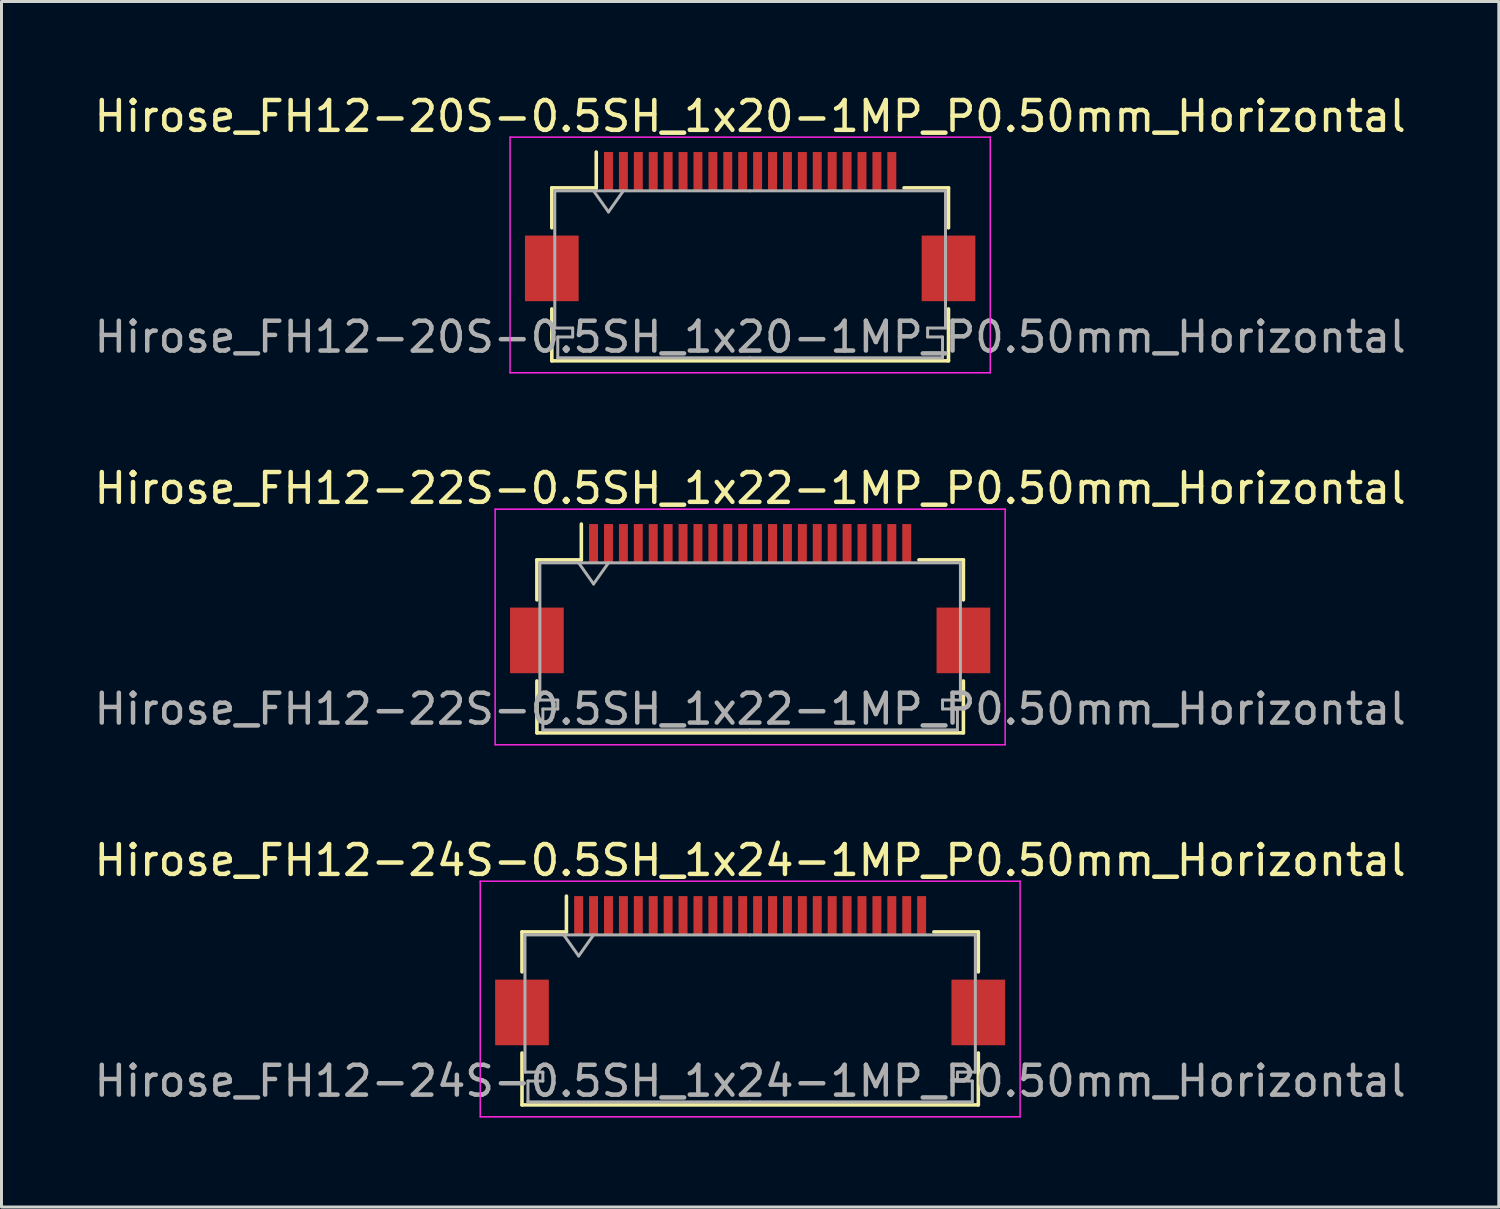
<source format=kicad_pcb>
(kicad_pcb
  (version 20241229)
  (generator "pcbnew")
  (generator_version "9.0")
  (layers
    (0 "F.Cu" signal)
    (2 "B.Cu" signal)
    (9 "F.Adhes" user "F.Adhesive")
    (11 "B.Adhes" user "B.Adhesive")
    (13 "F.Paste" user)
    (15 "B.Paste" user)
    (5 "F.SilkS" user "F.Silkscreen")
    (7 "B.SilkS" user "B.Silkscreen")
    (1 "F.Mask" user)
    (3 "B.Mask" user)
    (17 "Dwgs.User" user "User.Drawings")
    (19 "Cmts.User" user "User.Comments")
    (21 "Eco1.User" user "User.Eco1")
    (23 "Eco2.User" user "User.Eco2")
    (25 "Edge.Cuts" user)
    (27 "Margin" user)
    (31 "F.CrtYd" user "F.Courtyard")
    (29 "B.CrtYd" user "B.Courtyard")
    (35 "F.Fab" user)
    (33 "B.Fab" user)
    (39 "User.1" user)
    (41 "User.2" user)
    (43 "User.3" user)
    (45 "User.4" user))
  (footprint "Hirose_FH12-24S-0.5SH_1x24-1MP_P0.50mm_Horizontal"
    (layer "F.Cu")
    (at 22.101 29.495)
    (property "Reference" "Hirose_FH12-24S-0.5SH_1x24-1MP_P0.50mm_Horizontal" (at 0 -3.7 0) (layer "F.SilkS") (effects (font (size 1 1) (thickness 0.15))))
    (attr smd)
    (fp_line (start -7.65 -1.3) (end -7.65 0.04) (stroke (width 0.12) (type solid)) (layer "F.SilkS"))
    (fp_line (start -7.65 2.76) (end -7.65 4.5) (stroke (width 0.12) (type solid)) (layer "F.SilkS"))
    (fp_line (start -7.65 4.5) (end 7.65 4.5) (stroke (width 0.12) (type solid)) (layer "F.SilkS"))
    (fp_line (start -6.16 -1.3) (end -7.65 -1.3) (stroke (width 0.12) (type solid)) (layer "F.SilkS"))
    (fp_line (start -6.16 -1.3) (end -6.16 -2.5) (stroke (width 0.12) (type solid)) (layer "F.SilkS"))
    (fp_line (start 6.16 -1.3) (end 7.65 -1.3) (stroke (width 0.12) (type solid)) (layer "F.SilkS"))
    (fp_line (start 7.65 -1.3) (end 7.65 0.04) (stroke (width 0.12) (type solid)) (layer "F.SilkS"))
    (fp_line (start 7.65 4.5) (end 7.65 2.76) (stroke (width 0.12) (type solid)) (layer "F.SilkS"))
    (fp_line (start -9.05 -3) (end -9.05 4.9) (stroke (width 0.05) (type solid)) (layer "F.CrtYd"))
    (fp_line (start -9.05 4.9) (end 9.05 4.9) (stroke (width 0.05) (type solid)) (layer "F.CrtYd"))
    (fp_line (start 9.05 -3) (end -9.05 -3) (stroke (width 0.05) (type solid)) (layer "F.CrtYd"))
    (fp_line (start 9.05 4.9) (end 9.05 -3) (stroke (width 0.05) (type solid)) (layer "F.CrtYd"))
    (fp_line (start -7.55 -1.2) (end -7.55 3.4) (stroke (width 0.1) (type solid)) (layer "F.Fab"))
    (fp_line (start -7.55 3.4) (end -6.95 3.4) (stroke (width 0.1) (type solid)) (layer "F.Fab"))
    (fp_line (start -7.45 3.7) (end -7.45 4.4) (stroke (width 0.1) (type solid)) (layer "F.Fab"))
    (fp_line (start -7.45 4.4) (end 0 4.4) (stroke (width 0.1) (type solid)) (layer "F.Fab"))
    (fp_line (start -6.95 3.4) (end -6.95 3.7) (stroke (width 0.1) (type solid)) (layer "F.Fab"))
    (fp_line (start -6.95 3.7) (end -7.45 3.7) (stroke (width 0.1) (type solid)) (layer "F.Fab"))
    (fp_line (start -6.25 -1.2) (end -5.75 -0.493) (stroke (width 0.1) (type solid)) (layer "F.Fab"))
    (fp_line (start -5.75 -0.493) (end -5.25 -1.2) (stroke (width 0.1) (type solid)) (layer "F.Fab"))
    (fp_line (start 0 -1.2) (end -7.55 -1.2) (stroke (width 0.1) (type solid)) (layer "F.Fab"))
    (fp_line (start 0 -1.2) (end 7.55 -1.2) (stroke (width 0.1) (type solid)) (layer "F.Fab"))
    (fp_line (start 6.95 3.4) (end 6.95 3.7) (stroke (width 0.1) (type solid)) (layer "F.Fab"))
    (fp_line (start 6.95 3.7) (end 7.45 3.7) (stroke (width 0.1) (type solid)) (layer "F.Fab"))
    (fp_line (start 7.45 3.7) (end 7.45 4.4) (stroke (width 0.1) (type solid)) (layer "F.Fab"))
    (fp_line (start 7.45 4.4) (end 0 4.4) (stroke (width 0.1) (type solid)) (layer "F.Fab"))
    (fp_line (start 7.55 -1.2) (end 7.55 3.4) (stroke (width 0.1) (type solid)) (layer "F.Fab"))
    (fp_line (start 7.55 3.4) (end 6.95 3.4) (stroke (width 0.1) (type solid)) (layer "F.Fab"))
    (fp_text user "${REFERENCE}" (at 0 3.7 0) (layer "F.Fab") (effects (font (size 1 1) (thickness 0.15))))
    (pad "1" smd rect (at -5.75 -1.85) (size 0.3 1.3) (layers "F.Cu" "F.Mask" "F.Paste"))
    (pad "2" smd rect (at -5.25 -1.85) (size 0.3 1.3) (layers "F.Cu" "F.Mask" "F.Paste"))
    (pad "3" smd rect (at -4.75 -1.85) (size 0.3 1.3) (layers "F.Cu" "F.Mask" "F.Paste"))
    (pad "4" smd rect (at -4.25 -1.85) (size 0.3 1.3) (layers "F.Cu" "F.Mask" "F.Paste"))
    (pad "5" smd rect (at -3.75 -1.85) (size 0.3 1.3) (layers "F.Cu" "F.Mask" "F.Paste"))
    (pad "6" smd rect (at -3.25 -1.85) (size 0.3 1.3) (layers "F.Cu" "F.Mask" "F.Paste"))
    (pad "7" smd rect (at -2.75 -1.85) (size 0.3 1.3) (layers "F.Cu" "F.Mask" "F.Paste"))
    (pad "8" smd rect (at -2.25 -1.85) (size 0.3 1.3) (layers "F.Cu" "F.Mask" "F.Paste"))
    (pad "9" smd rect (at -1.75 -1.85) (size 0.3 1.3) (layers "F.Cu" "F.Mask" "F.Paste"))
    (pad "10" smd rect (at -1.25 -1.85) (size 0.3 1.3) (layers "F.Cu" "F.Mask" "F.Paste"))
    (pad "11" smd rect (at -0.75 -1.85) (size 0.3 1.3) (layers "F.Cu" "F.Mask" "F.Paste"))
    (pad "12" smd rect (at -0.25 -1.85) (size 0.3 1.3) (layers "F.Cu" "F.Mask" "F.Paste"))
    (pad "13" smd rect (at 0.25 -1.85) (size 0.3 1.3) (layers "F.Cu" "F.Mask" "F.Paste"))
    (pad "14" smd rect (at 0.75 -1.85) (size 0.3 1.3) (layers "F.Cu" "F.Mask" "F.Paste"))
    (pad "15" smd rect (at 1.25 -1.85) (size 0.3 1.3) (layers "F.Cu" "F.Mask" "F.Paste"))
    (pad "16" smd rect (at 1.75 -1.85) (size 0.3 1.3) (layers "F.Cu" "F.Mask" "F.Paste"))
    (pad "17" smd rect (at 2.25 -1.85) (size 0.3 1.3) (layers "F.Cu" "F.Mask" "F.Paste"))
    (pad "18" smd rect (at 2.75 -1.85) (size 0.3 1.3) (layers "F.Cu" "F.Mask" "F.Paste"))
    (pad "19" smd rect (at 3.25 -1.85) (size 0.3 1.3) (layers "F.Cu" "F.Mask" "F.Paste"))
    (pad "20" smd rect (at 3.75 -1.85) (size 0.3 1.3) (layers "F.Cu" "F.Mask" "F.Paste"))
    (pad "21" smd rect (at 4.25 -1.85) (size 0.3 1.3) (layers "F.Cu" "F.Mask" "F.Paste"))
    (pad "22" smd rect (at 4.75 -1.85) (size 0.3 1.3) (layers "F.Cu" "F.Mask" "F.Paste"))
    (pad "23" smd rect (at 5.25 -1.85) (size 0.3 1.3) (layers "F.Cu" "F.Mask" "F.Paste"))
    (pad "24" smd rect (at 5.75 -1.85) (size 0.3 1.3) (layers "F.Cu" "F.Mask" "F.Paste"))
    (pad "MP" smd rect (at -7.65 1.4) (size 1.8 2.2) (layers "F.Cu" "F.Mask" "F.Paste"))
    (pad "MP" smd rect (at 7.65 1.4) (size 1.8 2.2) (layers "F.Cu" "F.Mask" "F.Paste")))
  (footprint "Hirose_FH12-22S-0.5SH_1x22-1MP_P0.50mm_Horizontal"
    (layer "F.Cu")
    (at 22.101 17.021)
    (property "Reference" "Hirose_FH12-22S-0.5SH_1x22-1MP_P0.50mm_Horizontal" (at 0 -3.7 0) (layer "F.SilkS") (effects (font (size 1 1) (thickness 0.15))))
    (attr smd)
    (fp_line (start -7.15 -1.3) (end -7.15 0.04) (stroke (width 0.12) (type solid)) (layer "F.SilkS"))
    (fp_line (start -7.15 2.76) (end -7.15 4.5) (stroke (width 0.12) (type solid)) (layer "F.SilkS"))
    (fp_line (start -7.15 4.5) (end 7.15 4.5) (stroke (width 0.12) (type solid)) (layer "F.SilkS"))
    (fp_line (start -5.66 -1.3) (end -7.15 -1.3) (stroke (width 0.12) (type solid)) (layer "F.SilkS"))
    (fp_line (start -5.66 -1.3) (end -5.66 -2.5) (stroke (width 0.12) (type solid)) (layer "F.SilkS"))
    (fp_line (start 5.66 -1.3) (end 7.15 -1.3) (stroke (width 0.12) (type solid)) (layer "F.SilkS"))
    (fp_line (start 7.15 -1.3) (end 7.15 0.04) (stroke (width 0.12) (type solid)) (layer "F.SilkS"))
    (fp_line (start 7.15 4.5) (end 7.15 2.76) (stroke (width 0.12) (type solid)) (layer "F.SilkS"))
    (fp_line (start -8.55 -3) (end -8.55 4.9) (stroke (width 0.05) (type solid)) (layer "F.CrtYd"))
    (fp_line (start -8.55 4.9) (end 8.55 4.9) (stroke (width 0.05) (type solid)) (layer "F.CrtYd"))
    (fp_line (start 8.55 -3) (end -8.55 -3) (stroke (width 0.05) (type solid)) (layer "F.CrtYd"))
    (fp_line (start 8.55 4.9) (end 8.55 -3) (stroke (width 0.05) (type solid)) (layer "F.CrtYd"))
    (fp_line (start -7.05 -1.2) (end -7.05 3.4) (stroke (width 0.1) (type solid)) (layer "F.Fab"))
    (fp_line (start -7.05 3.4) (end -6.45 3.4) (stroke (width 0.1) (type solid)) (layer "F.Fab"))
    (fp_line (start -6.95 3.7) (end -6.95 4.4) (stroke (width 0.1) (type solid)) (layer "F.Fab"))
    (fp_line (start -6.95 4.4) (end 0 4.4) (stroke (width 0.1) (type solid)) (layer "F.Fab"))
    (fp_line (start -6.45 3.4) (end -6.45 3.7) (stroke (width 0.1) (type solid)) (layer "F.Fab"))
    (fp_line (start -6.45 3.7) (end -6.95 3.7) (stroke (width 0.1) (type solid)) (layer "F.Fab"))
    (fp_line (start -5.75 -1.2) (end -5.25 -0.493) (stroke (width 0.1) (type solid)) (layer "F.Fab"))
    (fp_line (start -5.25 -0.493) (end -4.75 -1.2) (stroke (width 0.1) (type solid)) (layer "F.Fab"))
    (fp_line (start 0 -1.2) (end -7.05 -1.2) (stroke (width 0.1) (type solid)) (layer "F.Fab"))
    (fp_line (start 0 -1.2) (end 7.05 -1.2) (stroke (width 0.1) (type solid)) (layer "F.Fab"))
    (fp_line (start 6.45 3.4) (end 6.45 3.7) (stroke (width 0.1) (type solid)) (layer "F.Fab"))
    (fp_line (start 6.45 3.7) (end 6.95 3.7) (stroke (width 0.1) (type solid)) (layer "F.Fab"))
    (fp_line (start 6.95 3.7) (end 6.95 4.4) (stroke (width 0.1) (type solid)) (layer "F.Fab"))
    (fp_line (start 6.95 4.4) (end 0 4.4) (stroke (width 0.1) (type solid)) (layer "F.Fab"))
    (fp_line (start 7.05 -1.2) (end 7.05 3.4) (stroke (width 0.1) (type solid)) (layer "F.Fab"))
    (fp_line (start 7.05 3.4) (end 6.45 3.4) (stroke (width 0.1) (type solid)) (layer "F.Fab"))
    (fp_text user "${REFERENCE}" (at 0 3.7 0) (layer "F.Fab") (effects (font (size 1 1) (thickness 0.15))))
    (pad "1" smd rect (at -5.25 -1.85) (size 0.3 1.3) (layers "F.Cu" "F.Mask" "F.Paste"))
    (pad "2" smd rect (at -4.75 -1.85) (size 0.3 1.3) (layers "F.Cu" "F.Mask" "F.Paste"))
    (pad "3" smd rect (at -4.25 -1.85) (size 0.3 1.3) (layers "F.Cu" "F.Mask" "F.Paste"))
    (pad "4" smd rect (at -3.75 -1.85) (size 0.3 1.3) (layers "F.Cu" "F.Mask" "F.Paste"))
    (pad "5" smd rect (at -3.25 -1.85) (size 0.3 1.3) (layers "F.Cu" "F.Mask" "F.Paste"))
    (pad "6" smd rect (at -2.75 -1.85) (size 0.3 1.3) (layers "F.Cu" "F.Mask" "F.Paste"))
    (pad "7" smd rect (at -2.25 -1.85) (size 0.3 1.3) (layers "F.Cu" "F.Mask" "F.Paste"))
    (pad "8" smd rect (at -1.75 -1.85) (size 0.3 1.3) (layers "F.Cu" "F.Mask" "F.Paste"))
    (pad "9" smd rect (at -1.25 -1.85) (size 0.3 1.3) (layers "F.Cu" "F.Mask" "F.Paste"))
    (pad "10" smd rect (at -0.75 -1.85) (size 0.3 1.3) (layers "F.Cu" "F.Mask" "F.Paste"))
    (pad "11" smd rect (at -0.25 -1.85) (size 0.3 1.3) (layers "F.Cu" "F.Mask" "F.Paste"))
    (pad "12" smd rect (at 0.25 -1.85) (size 0.3 1.3) (layers "F.Cu" "F.Mask" "F.Paste"))
    (pad "13" smd rect (at 0.75 -1.85) (size 0.3 1.3) (layers "F.Cu" "F.Mask" "F.Paste"))
    (pad "14" smd rect (at 1.25 -1.85) (size 0.3 1.3) (layers "F.Cu" "F.Mask" "F.Paste"))
    (pad "15" smd rect (at 1.75 -1.85) (size 0.3 1.3) (layers "F.Cu" "F.Mask" "F.Paste"))
    (pad "16" smd rect (at 2.25 -1.85) (size 0.3 1.3) (layers "F.Cu" "F.Mask" "F.Paste"))
    (pad "17" smd rect (at 2.75 -1.85) (size 0.3 1.3) (layers "F.Cu" "F.Mask" "F.Paste"))
    (pad "18" smd rect (at 3.25 -1.85) (size 0.3 1.3) (layers "F.Cu" "F.Mask" "F.Paste"))
    (pad "19" smd rect (at 3.75 -1.85) (size 0.3 1.3) (layers "F.Cu" "F.Mask" "F.Paste"))
    (pad "20" smd rect (at 4.25 -1.85) (size 0.3 1.3) (layers "F.Cu" "F.Mask" "F.Paste"))
    (pad "21" smd rect (at 4.75 -1.85) (size 0.3 1.3) (layers "F.Cu" "F.Mask" "F.Paste"))
    (pad "22" smd rect (at 5.25 -1.85) (size 0.3 1.3) (layers "F.Cu" "F.Mask" "F.Paste"))
    (pad "MP" smd rect (at -7.15 1.4) (size 1.8 2.2) (layers "F.Cu" "F.Mask" "F.Paste"))
    (pad "MP" smd rect (at 7.15 1.4) (size 1.8 2.2) (layers "F.Cu" "F.Mask" "F.Paste")))
  (footprint "Hirose_FH12-20S-0.5SH_1x20-1MP_P0.50mm_Horizontal"
    (layer "F.Cu")
    (at 22.101 4.548)
    (property "Reference" "Hirose_FH12-20S-0.5SH_1x20-1MP_P0.50mm_Horizontal" (at 0 -3.7 0) (layer "F.SilkS") (effects (font (size 1 1) (thickness 0.15))))
    (attr smd)
    (fp_line (start -6.65 -1.3) (end -6.65 0.04) (stroke (width 0.12) (type solid)) (layer "F.SilkS"))
    (fp_line (start -6.65 2.76) (end -6.65 4.5) (stroke (width 0.12) (type solid)) (layer "F.SilkS"))
    (fp_line (start -6.65 4.5) (end 6.65 4.5) (stroke (width 0.12) (type solid)) (layer "F.SilkS"))
    (fp_line (start -5.16 -1.3) (end -6.65 -1.3) (stroke (width 0.12) (type solid)) (layer "F.SilkS"))
    (fp_line (start -5.16 -1.3) (end -5.16 -2.5) (stroke (width 0.12) (type solid)) (layer "F.SilkS"))
    (fp_line (start 5.16 -1.3) (end 6.65 -1.3) (stroke (width 0.12) (type solid)) (layer "F.SilkS"))
    (fp_line (start 6.65 -1.3) (end 6.65 0.04) (stroke (width 0.12) (type solid)) (layer "F.SilkS"))
    (fp_line (start 6.65 4.5) (end 6.65 2.76) (stroke (width 0.12) (type solid)) (layer "F.SilkS"))
    (fp_line (start -8.05 -3) (end -8.05 4.9) (stroke (width 0.05) (type solid)) (layer "F.CrtYd"))
    (fp_line (start -8.05 4.9) (end 8.05 4.9) (stroke (width 0.05) (type solid)) (layer "F.CrtYd"))
    (fp_line (start 8.05 -3) (end -8.05 -3) (stroke (width 0.05) (type solid)) (layer "F.CrtYd"))
    (fp_line (start 8.05 4.9) (end 8.05 -3) (stroke (width 0.05) (type solid)) (layer "F.CrtYd"))
    (fp_line (start -6.55 -1.2) (end -6.55 3.4) (stroke (width 0.1) (type solid)) (layer "F.Fab"))
    (fp_line (start -6.55 3.4) (end -5.95 3.4) (stroke (width 0.1) (type solid)) (layer "F.Fab"))
    (fp_line (start -6.45 3.7) (end -6.45 4.4) (stroke (width 0.1) (type solid)) (layer "F.Fab"))
    (fp_line (start -6.45 4.4) (end 0 4.4) (stroke (width 0.1) (type solid)) (layer "F.Fab"))
    (fp_line (start -5.95 3.4) (end -5.95 3.7) (stroke (width 0.1) (type solid)) (layer "F.Fab"))
    (fp_line (start -5.95 3.7) (end -6.45 3.7) (stroke (width 0.1) (type solid)) (layer "F.Fab"))
    (fp_line (start -5.25 -1.2) (end -4.75 -0.493) (stroke (width 0.1) (type solid)) (layer "F.Fab"))
    (fp_line (start -4.75 -0.493) (end -4.25 -1.2) (stroke (width 0.1) (type solid)) (layer "F.Fab"))
    (fp_line (start 0 -1.2) (end -6.55 -1.2) (stroke (width 0.1) (type solid)) (layer "F.Fab"))
    (fp_line (start 0 -1.2) (end 6.55 -1.2) (stroke (width 0.1) (type solid)) (layer "F.Fab"))
    (fp_line (start 5.95 3.4) (end 5.95 3.7) (stroke (width 0.1) (type solid)) (layer "F.Fab"))
    (fp_line (start 5.95 3.7) (end 6.45 3.7) (stroke (width 0.1) (type solid)) (layer "F.Fab"))
    (fp_line (start 6.45 3.7) (end 6.45 4.4) (stroke (width 0.1) (type solid)) (layer "F.Fab"))
    (fp_line (start 6.45 4.4) (end 0 4.4) (stroke (width 0.1) (type solid)) (layer "F.Fab"))
    (fp_line (start 6.55 -1.2) (end 6.55 3.4) (stroke (width 0.1) (type solid)) (layer "F.Fab"))
    (fp_line (start 6.55 3.4) (end 5.95 3.4) (stroke (width 0.1) (type solid)) (layer "F.Fab"))
    (fp_text user "${REFERENCE}" (at 0 3.7 0) (layer "F.Fab") (effects (font (size 1 1) (thickness 0.15))))
    (pad "1" smd rect (at -4.75 -1.85) (size 0.3 1.3) (layers "F.Cu" "F.Mask" "F.Paste"))
    (pad "2" smd rect (at -4.25 -1.85) (size 0.3 1.3) (layers "F.Cu" "F.Mask" "F.Paste"))
    (pad "3" smd rect (at -3.75 -1.85) (size 0.3 1.3) (layers "F.Cu" "F.Mask" "F.Paste"))
    (pad "4" smd rect (at -3.25 -1.85) (size 0.3 1.3) (layers "F.Cu" "F.Mask" "F.Paste"))
    (pad "5" smd rect (at -2.75 -1.85) (size 0.3 1.3) (layers "F.Cu" "F.Mask" "F.Paste"))
    (pad "6" smd rect (at -2.25 -1.85) (size 0.3 1.3) (layers "F.Cu" "F.Mask" "F.Paste"))
    (pad "7" smd rect (at -1.75 -1.85) (size 0.3 1.3) (layers "F.Cu" "F.Mask" "F.Paste"))
    (pad "8" smd rect (at -1.25 -1.85) (size 0.3 1.3) (layers "F.Cu" "F.Mask" "F.Paste"))
    (pad "9" smd rect (at -0.75 -1.85) (size 0.3 1.3) (layers "F.Cu" "F.Mask" "F.Paste"))
    (pad "10" smd rect (at -0.25 -1.85) (size 0.3 1.3) (layers "F.Cu" "F.Mask" "F.Paste"))
    (pad "11" smd rect (at 0.25 -1.85) (size 0.3 1.3) (layers "F.Cu" "F.Mask" "F.Paste"))
    (pad "12" smd rect (at 0.75 -1.85) (size 0.3 1.3) (layers "F.Cu" "F.Mask" "F.Paste"))
    (pad "13" smd rect (at 1.25 -1.85) (size 0.3 1.3) (layers "F.Cu" "F.Mask" "F.Paste"))
    (pad "14" smd rect (at 1.75 -1.85) (size 0.3 1.3) (layers "F.Cu" "F.Mask" "F.Paste"))
    (pad "15" smd rect (at 2.25 -1.85) (size 0.3 1.3) (layers "F.Cu" "F.Mask" "F.Paste"))
    (pad "16" smd rect (at 2.75 -1.85) (size 0.3 1.3) (layers "F.Cu" "F.Mask" "F.Paste"))
    (pad "17" smd rect (at 3.25 -1.85) (size 0.3 1.3) (layers "F.Cu" "F.Mask" "F.Paste"))
    (pad "18" smd rect (at 3.75 -1.85) (size 0.3 1.3) (layers "F.Cu" "F.Mask" "F.Paste"))
    (pad "19" smd rect (at 4.25 -1.85) (size 0.3 1.3) (layers "F.Cu" "F.Mask" "F.Paste"))
    (pad "20" smd rect (at 4.75 -1.85) (size 0.3 1.3) (layers "F.Cu" "F.Mask" "F.Paste"))
    (pad "MP" smd rect (at -6.65 1.4) (size 1.8 2.2) (layers "F.Cu" "F.Mask" "F.Paste"))
    (pad "MP" smd rect (at 6.65 1.4) (size 1.8 2.2) (layers "F.Cu" "F.Mask" "F.Paste")))
  (gr_rect
    (start -3 -3)
    (end 47.202 37.42)
    (stroke (width 0.1) (type default))
    (fill no)
    (layer "Edge.Cuts")))
</source>
